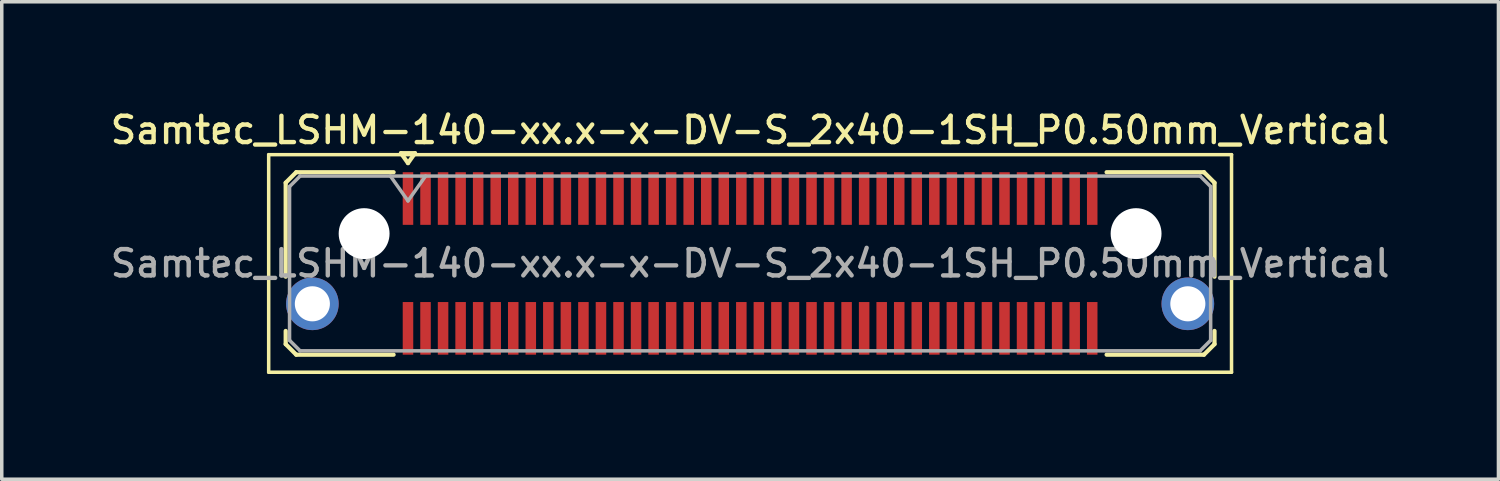
<source format=kicad_pcb>
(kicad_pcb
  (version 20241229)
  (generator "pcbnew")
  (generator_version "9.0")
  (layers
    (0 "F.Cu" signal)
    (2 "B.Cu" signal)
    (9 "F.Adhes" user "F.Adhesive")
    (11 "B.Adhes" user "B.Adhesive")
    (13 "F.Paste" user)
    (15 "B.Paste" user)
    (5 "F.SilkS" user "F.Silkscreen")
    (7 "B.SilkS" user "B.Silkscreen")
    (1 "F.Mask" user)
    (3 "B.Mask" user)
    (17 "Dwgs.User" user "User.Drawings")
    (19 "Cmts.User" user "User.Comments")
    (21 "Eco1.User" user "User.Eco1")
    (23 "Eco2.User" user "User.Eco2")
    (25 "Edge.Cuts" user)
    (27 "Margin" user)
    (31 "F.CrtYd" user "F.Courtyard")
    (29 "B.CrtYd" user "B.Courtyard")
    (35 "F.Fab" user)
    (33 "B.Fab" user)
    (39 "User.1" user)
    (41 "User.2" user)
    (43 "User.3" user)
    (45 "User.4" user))
  (footprint "Samtec_LSHM-140-xx.x-x-DV-S_2x40-1SH_P0.50mm_Vertical"
    (layer "F.Cu")
    (at 18.327 4.458)
    (property "Reference" "Samtec_LSHM-140-xx.x-x-DV-S_2x40-1SH_P0.50mm_Vertical" (at 0 -3.8 0) (layer "F.SilkS") (effects (font (size 0.75 0.75) (thickness 0.125))))
    (attr smd)
    (fp_line (start -13.72 -3.1) (end -13.72 3.1) (stroke (width 0.1) (type solid)) (layer "F.SilkS"))
    (fp_line (start -13.72 3.1) (end 13.72 3.1) (stroke (width 0.1) (type solid)) (layer "F.SilkS"))
    (fp_line (start -13.235 -2.3) (end -13.235 0.377) (stroke (width 0.12) (type solid)) (layer "F.SilkS"))
    (fp_line (start -13.235 1.923) (end -13.235 2.3) (stroke (width 0.12) (type solid)) (layer "F.SilkS"))
    (fp_line (start -13.235 2.3) (end -12.935 2.6) (stroke (width 0.12) (type solid)) (layer "F.SilkS"))
    (fp_line (start -12.935 -2.6) (end -13.235 -2.3) (stroke (width 0.12) (type solid)) (layer "F.SilkS"))
    (fp_line (start -12.935 2.6) (end -10.16 2.6) (stroke (width 0.12) (type solid)) (layer "F.SilkS"))
    (fp_line (start -10.16 -2.6) (end -12.935 -2.6) (stroke (width 0.12) (type solid)) (layer "F.SilkS"))
    (fp_line (start -9.95 -3.143) (end -9.55 -3.143) (stroke (width 0.12) (type solid)) (layer "F.SilkS"))
    (fp_line (start -9.75 -2.86) (end -9.95 -3.143) (stroke (width 0.12) (type solid)) (layer "F.SilkS"))
    (fp_line (start -9.55 -3.143) (end -9.75 -2.86) (stroke (width 0.12) (type solid)) (layer "F.SilkS"))
    (fp_line (start 10.16 -2.6) (end 12.935 -2.6) (stroke (width 0.12) (type solid)) (layer "F.SilkS"))
    (fp_line (start 12.935 -2.6) (end 13.235 -2.3) (stroke (width 0.12) (type solid)) (layer "F.SilkS"))
    (fp_line (start 12.935 2.6) (end 10.16 2.6) (stroke (width 0.12) (type solid)) (layer "F.SilkS"))
    (fp_line (start 13.235 -2.3) (end 13.235 0.377) (stroke (width 0.12) (type solid)) (layer "F.SilkS"))
    (fp_line (start 13.235 1.923) (end 13.235 2.3) (stroke (width 0.12) (type solid)) (layer "F.SilkS"))
    (fp_line (start 13.235 2.3) (end 12.935 2.6) (stroke (width 0.12) (type solid)) (layer "F.SilkS"))
    (fp_line (start 13.72 -3.1) (end -13.72 -3.1) (stroke (width 0.1) (type solid)) (layer "F.SilkS"))
    (fp_line (start 13.72 3.1) (end 13.72 -3.1) (stroke (width 0.1) (type solid)) (layer "F.SilkS"))
    (fp_line (start -13.125 -2.19) (end -13.125 2.19) (stroke (width 0.1) (type solid)) (layer "F.Fab"))
    (fp_line (start -13.125 2.19) (end -12.825 2.49) (stroke (width 0.1) (type solid)) (layer "F.Fab"))
    (fp_line (start -12.825 -2.49) (end -13.125 -2.19) (stroke (width 0.1) (type solid)) (layer "F.Fab"))
    (fp_line (start -12.825 2.49) (end 0 2.49) (stroke (width 0.1) (type solid)) (layer "F.Fab"))
    (fp_line (start -10.25 -2.49) (end -9.75 -1.783) (stroke (width 0.1) (type solid)) (layer "F.Fab"))
    (fp_line (start -9.75 -1.783) (end -9.25 -2.49) (stroke (width 0.1) (type solid)) (layer "F.Fab"))
    (fp_line (start 0 -2.49) (end -12.825 -2.49) (stroke (width 0.1) (type solid)) (layer "F.Fab"))
    (fp_line (start 0 -2.49) (end 12.825 -2.49) (stroke (width 0.1) (type solid)) (layer "F.Fab"))
    (fp_line (start 12.825 -2.49) (end 13.125 -2.19) (stroke (width 0.1) (type solid)) (layer "F.Fab"))
    (fp_line (start 12.825 2.49) (end 0 2.49) (stroke (width 0.1) (type solid)) (layer "F.Fab"))
    (fp_line (start 13.125 -2.19) (end 13.125 2.19) (stroke (width 0.1) (type solid)) (layer "F.Fab"))
    (fp_line (start 13.125 2.19) (end 12.825 2.49) (stroke (width 0.1) (type solid)) (layer "F.Fab"))
    (fp_text user "${REFERENCE}" (at 0 0 0) (layer "F.Fab") (effects (font (size 0.75 0.75) (thickness 0.125))))
    (pad "" np_thru_hole circle (at -11 -0.85) (size 1.45 1.45) (drill 1.45) (layers "*.Cu" "*.Mask"))
    (pad "" np_thru_hole circle (at 11 -0.85) (size 1.45 1.45) (drill 1.45) (layers "*.Cu" "*.Mask"))
    (pad "1" smd rect (at -9.75 -1.85) (size 0.3 1.5) (layers "F.Cu" "F.Mask" "F.Paste"))
    (pad "2" smd rect (at -9.75 1.85) (size 0.3 1.5) (layers "F.Cu" "F.Mask" "F.Paste"))
    (pad "3" smd rect (at -9.25 -1.85) (size 0.3 1.5) (layers "F.Cu" "F.Mask" "F.Paste"))
    (pad "4" smd rect (at -9.25 1.85) (size 0.3 1.5) (layers "F.Cu" "F.Mask" "F.Paste"))
    (pad "5" smd rect (at -8.75 -1.85) (size 0.3 1.5) (layers "F.Cu" "F.Mask" "F.Paste"))
    (pad "6" smd rect (at -8.75 1.85) (size 0.3 1.5) (layers "F.Cu" "F.Mask" "F.Paste"))
    (pad "7" smd rect (at -8.25 -1.85) (size 0.3 1.5) (layers "F.Cu" "F.Mask" "F.Paste"))
    (pad "8" smd rect (at -8.25 1.85) (size 0.3 1.5) (layers "F.Cu" "F.Mask" "F.Paste"))
    (pad "9" smd rect (at -7.75 -1.85) (size 0.3 1.5) (layers "F.Cu" "F.Mask" "F.Paste"))
    (pad "10" smd rect (at -7.75 1.85) (size 0.3 1.5) (layers "F.Cu" "F.Mask" "F.Paste"))
    (pad "11" smd rect (at -7.25 -1.85) (size 0.3 1.5) (layers "F.Cu" "F.Mask" "F.Paste"))
    (pad "12" smd rect (at -7.25 1.85) (size 0.3 1.5) (layers "F.Cu" "F.Mask" "F.Paste"))
    (pad "13" smd rect (at -6.75 -1.85) (size 0.3 1.5) (layers "F.Cu" "F.Mask" "F.Paste"))
    (pad "14" smd rect (at -6.75 1.85) (size 0.3 1.5) (layers "F.Cu" "F.Mask" "F.Paste"))
    (pad "15" smd rect (at -6.25 -1.85) (size 0.3 1.5) (layers "F.Cu" "F.Mask" "F.Paste"))
    (pad "16" smd rect (at -6.25 1.85) (size 0.3 1.5) (layers "F.Cu" "F.Mask" "F.Paste"))
    (pad "17" smd rect (at -5.75 -1.85) (size 0.3 1.5) (layers "F.Cu" "F.Mask" "F.Paste"))
    (pad "18" smd rect (at -5.75 1.85) (size 0.3 1.5) (layers "F.Cu" "F.Mask" "F.Paste"))
    (pad "19" smd rect (at -5.25 -1.85) (size 0.3 1.5) (layers "F.Cu" "F.Mask" "F.Paste"))
    (pad "20" smd rect (at -5.25 1.85) (size 0.3 1.5) (layers "F.Cu" "F.Mask" "F.Paste"))
    (pad "21" smd rect (at -4.75 -1.85) (size 0.3 1.5) (layers "F.Cu" "F.Mask" "F.Paste"))
    (pad "22" smd rect (at -4.75 1.85) (size 0.3 1.5) (layers "F.Cu" "F.Mask" "F.Paste"))
    (pad "23" smd rect (at -4.25 -1.85) (size 0.3 1.5) (layers "F.Cu" "F.Mask" "F.Paste"))
    (pad "24" smd rect (at -4.25 1.85) (size 0.3 1.5) (layers "F.Cu" "F.Mask" "F.Paste"))
    (pad "25" smd rect (at -3.75 -1.85) (size 0.3 1.5) (layers "F.Cu" "F.Mask" "F.Paste"))
    (pad "26" smd rect (at -3.75 1.85) (size 0.3 1.5) (layers "F.Cu" "F.Mask" "F.Paste"))
    (pad "27" smd rect (at -3.25 -1.85) (size 0.3 1.5) (layers "F.Cu" "F.Mask" "F.Paste"))
    (pad "28" smd rect (at -3.25 1.85) (size 0.3 1.5) (layers "F.Cu" "F.Mask" "F.Paste"))
    (pad "29" smd rect (at -2.75 -1.85) (size 0.3 1.5) (layers "F.Cu" "F.Mask" "F.Paste"))
    (pad "30" smd rect (at -2.75 1.85) (size 0.3 1.5) (layers "F.Cu" "F.Mask" "F.Paste"))
    (pad "31" smd rect (at -2.25 -1.85) (size 0.3 1.5) (layers "F.Cu" "F.Mask" "F.Paste"))
    (pad "32" smd rect (at -2.25 1.85) (size 0.3 1.5) (layers "F.Cu" "F.Mask" "F.Paste"))
    (pad "33" smd rect (at -1.75 -1.85) (size 0.3 1.5) (layers "F.Cu" "F.Mask" "F.Paste"))
    (pad "34" smd rect (at -1.75 1.85) (size 0.3 1.5) (layers "F.Cu" "F.Mask" "F.Paste"))
    (pad "35" smd rect (at -1.25 -1.85) (size 0.3 1.5) (layers "F.Cu" "F.Mask" "F.Paste"))
    (pad "36" smd rect (at -1.25 1.85) (size 0.3 1.5) (layers "F.Cu" "F.Mask" "F.Paste"))
    (pad "37" smd rect (at -0.75 -1.85) (size 0.3 1.5) (layers "F.Cu" "F.Mask" "F.Paste"))
    (pad "38" smd rect (at -0.75 1.85) (size 0.3 1.5) (layers "F.Cu" "F.Mask" "F.Paste"))
    (pad "39" smd rect (at -0.25 -1.85) (size 0.3 1.5) (layers "F.Cu" "F.Mask" "F.Paste"))
    (pad "40" smd rect (at -0.25 1.85) (size 0.3 1.5) (layers "F.Cu" "F.Mask" "F.Paste"))
    (pad "41" smd rect (at 0.25 -1.85) (size 0.3 1.5) (layers "F.Cu" "F.Mask" "F.Paste"))
    (pad "42" smd rect (at 0.25 1.85) (size 0.3 1.5) (layers "F.Cu" "F.Mask" "F.Paste"))
    (pad "43" smd rect (at 0.75 -1.85) (size 0.3 1.5) (layers "F.Cu" "F.Mask" "F.Paste"))
    (pad "44" smd rect (at 0.75 1.85) (size 0.3 1.5) (layers "F.Cu" "F.Mask" "F.Paste"))
    (pad "45" smd rect (at 1.25 -1.85) (size 0.3 1.5) (layers "F.Cu" "F.Mask" "F.Paste"))
    (pad "46" smd rect (at 1.25 1.85) (size 0.3 1.5) (layers "F.Cu" "F.Mask" "F.Paste"))
    (pad "47" smd rect (at 1.75 -1.85) (size 0.3 1.5) (layers "F.Cu" "F.Mask" "F.Paste"))
    (pad "48" smd rect (at 1.75 1.85) (size 0.3 1.5) (layers "F.Cu" "F.Mask" "F.Paste"))
    (pad "49" smd rect (at 2.25 -1.85) (size 0.3 1.5) (layers "F.Cu" "F.Mask" "F.Paste"))
    (pad "50" smd rect (at 2.25 1.85) (size 0.3 1.5) (layers "F.Cu" "F.Mask" "F.Paste"))
    (pad "51" smd rect (at 2.75 -1.85) (size 0.3 1.5) (layers "F.Cu" "F.Mask" "F.Paste"))
    (pad "52" smd rect (at 2.75 1.85) (size 0.3 1.5) (layers "F.Cu" "F.Mask" "F.Paste"))
    (pad "53" smd rect (at 3.25 -1.85) (size 0.3 1.5) (layers "F.Cu" "F.Mask" "F.Paste"))
    (pad "54" smd rect (at 3.25 1.85) (size 0.3 1.5) (layers "F.Cu" "F.Mask" "F.Paste"))
    (pad "55" smd rect (at 3.75 -1.85) (size 0.3 1.5) (layers "F.Cu" "F.Mask" "F.Paste"))
    (pad "56" smd rect (at 3.75 1.85) (size 0.3 1.5) (layers "F.Cu" "F.Mask" "F.Paste"))
    (pad "57" smd rect (at 4.25 -1.85) (size 0.3 1.5) (layers "F.Cu" "F.Mask" "F.Paste"))
    (pad "58" smd rect (at 4.25 1.85) (size 0.3 1.5) (layers "F.Cu" "F.Mask" "F.Paste"))
    (pad "59" smd rect (at 4.75 -1.85) (size 0.3 1.5) (layers "F.Cu" "F.Mask" "F.Paste"))
    (pad "60" smd rect (at 4.75 1.85) (size 0.3 1.5) (layers "F.Cu" "F.Mask" "F.Paste"))
    (pad "61" smd rect (at 5.25 -1.85) (size 0.3 1.5) (layers "F.Cu" "F.Mask" "F.Paste"))
    (pad "62" smd rect (at 5.25 1.85) (size 0.3 1.5) (layers "F.Cu" "F.Mask" "F.Paste"))
    (pad "63" smd rect (at 5.75 -1.85) (size 0.3 1.5) (layers "F.Cu" "F.Mask" "F.Paste"))
    (pad "64" smd rect (at 5.75 1.85) (size 0.3 1.5) (layers "F.Cu" "F.Mask" "F.Paste"))
    (pad "65" smd rect (at 6.25 -1.85) (size 0.3 1.5) (layers "F.Cu" "F.Mask" "F.Paste"))
    (pad "66" smd rect (at 6.25 1.85) (size 0.3 1.5) (layers "F.Cu" "F.Mask" "F.Paste"))
    (pad "67" smd rect (at 6.75 -1.85) (size 0.3 1.5) (layers "F.Cu" "F.Mask" "F.Paste"))
    (pad "68" smd rect (at 6.75 1.85) (size 0.3 1.5) (layers "F.Cu" "F.Mask" "F.Paste"))
    (pad "69" smd rect (at 7.25 -1.85) (size 0.3 1.5) (layers "F.Cu" "F.Mask" "F.Paste"))
    (pad "70" smd rect (at 7.25 1.85) (size 0.3 1.5) (layers "F.Cu" "F.Mask" "F.Paste"))
    (pad "71" smd rect (at 7.75 -1.85) (size 0.3 1.5) (layers "F.Cu" "F.Mask" "F.Paste"))
    (pad "72" smd rect (at 7.75 1.85) (size 0.3 1.5) (layers "F.Cu" "F.Mask" "F.Paste"))
    (pad "73" smd rect (at 8.25 -1.85) (size 0.3 1.5) (layers "F.Cu" "F.Mask" "F.Paste"))
    (pad "74" smd rect (at 8.25 1.85) (size 0.3 1.5) (layers "F.Cu" "F.Mask" "F.Paste"))
    (pad "75" smd rect (at 8.75 -1.85) (size 0.3 1.5) (layers "F.Cu" "F.Mask" "F.Paste"))
    (pad "76" smd rect (at 8.75 1.85) (size 0.3 1.5) (layers "F.Cu" "F.Mask" "F.Paste"))
    (pad "77" smd rect (at 9.25 -1.85) (size 0.3 1.5) (layers "F.Cu" "F.Mask" "F.Paste"))
    (pad "78" smd rect (at 9.25 1.85) (size 0.3 1.5) (layers "F.Cu" "F.Mask" "F.Paste"))
    (pad "79" smd rect (at 9.75 -1.85) (size 0.3 1.5) (layers "F.Cu" "F.Mask" "F.Paste"))
    (pad "80" smd rect (at 9.75 1.85) (size 0.3 1.5) (layers "F.Cu" "F.Mask" "F.Paste"))
    (pad "SH" thru_hole circle (at -12.475 1.15) (size 1.5 1.5) (drill 1) (layers "*.Cu" "*.Mask"))
    (pad "SH" thru_hole circle (at 12.475 1.15) (size 1.5 1.5) (drill 1) (layers "*.Cu" "*.Mask")))
  (gr_rect
    (start -3 -3)
    (end 39.654 10.608)
    (stroke (width 0.1) (type default))
    (fill no)
    (layer "Edge.Cuts")))
</source>
